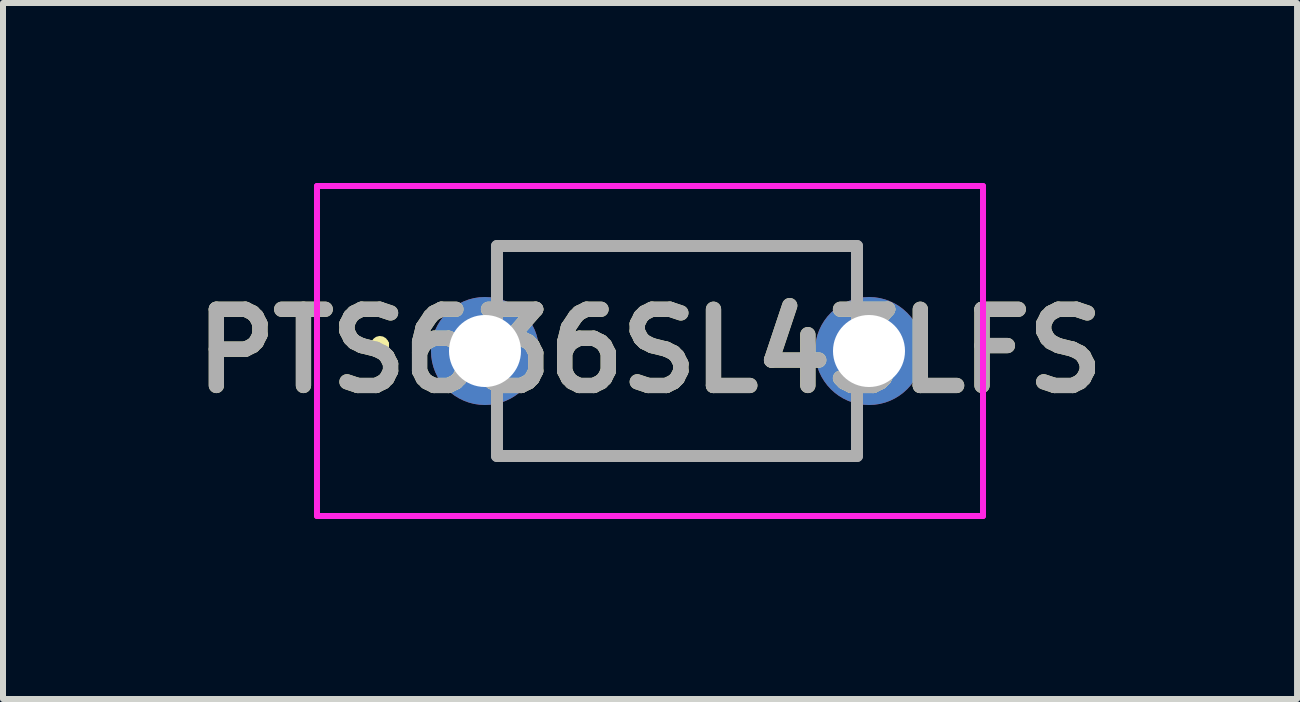
<source format=kicad_pcb>
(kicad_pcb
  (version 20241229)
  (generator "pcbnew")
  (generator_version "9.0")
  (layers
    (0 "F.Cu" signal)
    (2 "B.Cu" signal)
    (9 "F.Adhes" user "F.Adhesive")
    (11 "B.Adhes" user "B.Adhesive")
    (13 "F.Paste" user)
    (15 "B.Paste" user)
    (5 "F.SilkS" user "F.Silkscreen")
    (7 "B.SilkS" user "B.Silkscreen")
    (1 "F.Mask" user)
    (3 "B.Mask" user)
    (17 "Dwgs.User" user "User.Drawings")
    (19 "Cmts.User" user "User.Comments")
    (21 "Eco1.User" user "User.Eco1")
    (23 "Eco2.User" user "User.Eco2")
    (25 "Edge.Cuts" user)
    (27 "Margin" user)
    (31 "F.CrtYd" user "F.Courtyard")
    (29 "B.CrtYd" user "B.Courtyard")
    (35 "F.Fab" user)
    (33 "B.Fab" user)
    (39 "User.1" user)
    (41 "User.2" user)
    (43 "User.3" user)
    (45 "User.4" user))
  (footprint "PTS636SL43LFS"
    (layer "F.Cu")
    (at 5.033 2.8)
    (property "Reference" "PTS636SL43LFS" (at 2.75 0 0) (layer "F.SilkS") (effects (font (size 1.27 1.27) (thickness 0.254))))
    (attr through_hole)
    (fp_line (start -1.8 -0.1) (end -1.8 -0.1) (stroke (width 0.2) (type solid)) (layer "F.SilkS"))
    (fp_line (start -1.8 -0.1) (end -1.8 -0.1) (stroke (width 0.2) (type solid)) (layer "F.SilkS"))
    (fp_line (start -1.7 -0.1) (end -1.7 -0.1) (stroke (width 0.2) (type solid)) (layer "F.SilkS"))
    (fp_line (start 0.2 -1.75) (end 0.2 -1.75) (stroke (width 0.1) (type solid)) (layer "F.SilkS"))
    (fp_line (start 0.2 -1.75) (end 6.2 -1.75) (stroke (width 0.1) (type solid)) (layer "F.SilkS"))
    (fp_line (start 0.25 1.75) (end 0.25 1.75) (stroke (width 0.1) (type solid)) (layer "F.SilkS"))
    (fp_line (start 0.25 1.75) (end 6.2 1.75) (stroke (width 0.1) (type solid)) (layer "F.SilkS"))
    (fp_line (start 6.2 -1.75) (end 0.2 -1.75) (stroke (width 0.1) (type solid)) (layer "F.SilkS"))
    (fp_line (start 6.2 -1.75) (end 6.2 -1.75) (stroke (width 0.1) (type solid)) (layer "F.SilkS"))
    (fp_line (start 6.2 1.75) (end 0.25 1.75) (stroke (width 0.1) (type solid)) (layer "F.SilkS"))
    (fp_line (start 6.2 1.75) (end 6.2 1.75) (stroke (width 0.1) (type solid)) (layer "F.SilkS"))
    (fp_arc (start -1.8 -0.1) (mid -1.75 -0.15) (end -1.7 -0.1) (stroke (width 0.2) (type solid)) (layer "F.SilkS"))
    (fp_arc (start -1.7 -0.1) (mid -1.75 -0.05) (end -1.8 -0.1) (stroke (width 0.2) (type solid)) (layer "F.SilkS"))
    (fp_arc (start -1.7 -0.1) (mid -1.75 -0.05) (end -1.8 -0.1) (stroke (width 0.2) (type solid)) (layer "F.SilkS"))
    (fp_line (start -2.8 -2.75) (end 8.3 -2.75) (stroke (width 0.1) (type solid)) (layer "F.CrtYd"))
    (fp_line (start -2.8 2.75) (end -2.8 -2.75) (stroke (width 0.1) (type solid)) (layer "F.CrtYd"))
    (fp_line (start 8.3 -2.75) (end 8.3 2.75) (stroke (width 0.1) (type solid)) (layer "F.CrtYd"))
    (fp_line (start 8.3 2.75) (end -2.8 2.75) (stroke (width 0.1) (type solid)) (layer "F.CrtYd"))
    (fp_line (start 0.2 -1.75) (end 0.2 1.75) (stroke (width 0.2) (type solid)) (layer "F.Fab"))
    (fp_line (start 0.2 1.75) (end 6.2 1.75) (stroke (width 0.2) (type solid)) (layer "F.Fab"))
    (fp_line (start 6.2 -1.75) (end 0.2 -1.75) (stroke (width 0.2) (type solid)) (layer "F.Fab"))
    (fp_line (start 6.2 1.75) (end 6.2 -1.75) (stroke (width 0.2) (type solid)) (layer "F.Fab"))
    (fp_text user "${REFERENCE}" (at 2.75 0 0) (layer "F.Fab") (effects (font (size 1.27 1.27) (thickness 0.254))))
    (pad "1" thru_hole circle (at 0 0) (size 1.8 1.8) (drill 1.2) (layers "*.Cu" "*.Mask"))
    (pad "2" thru_hole circle (at 6.4 0) (size 1.8 1.8) (drill 1.2) (layers "*.Cu" "*.Mask")))
  (gr_rect
    (start -3 -3)
    (end 18.567 8.6)
    (stroke (width 0.1) (type default))
    (fill no)
    (layer "Edge.Cuts")))
</source>
